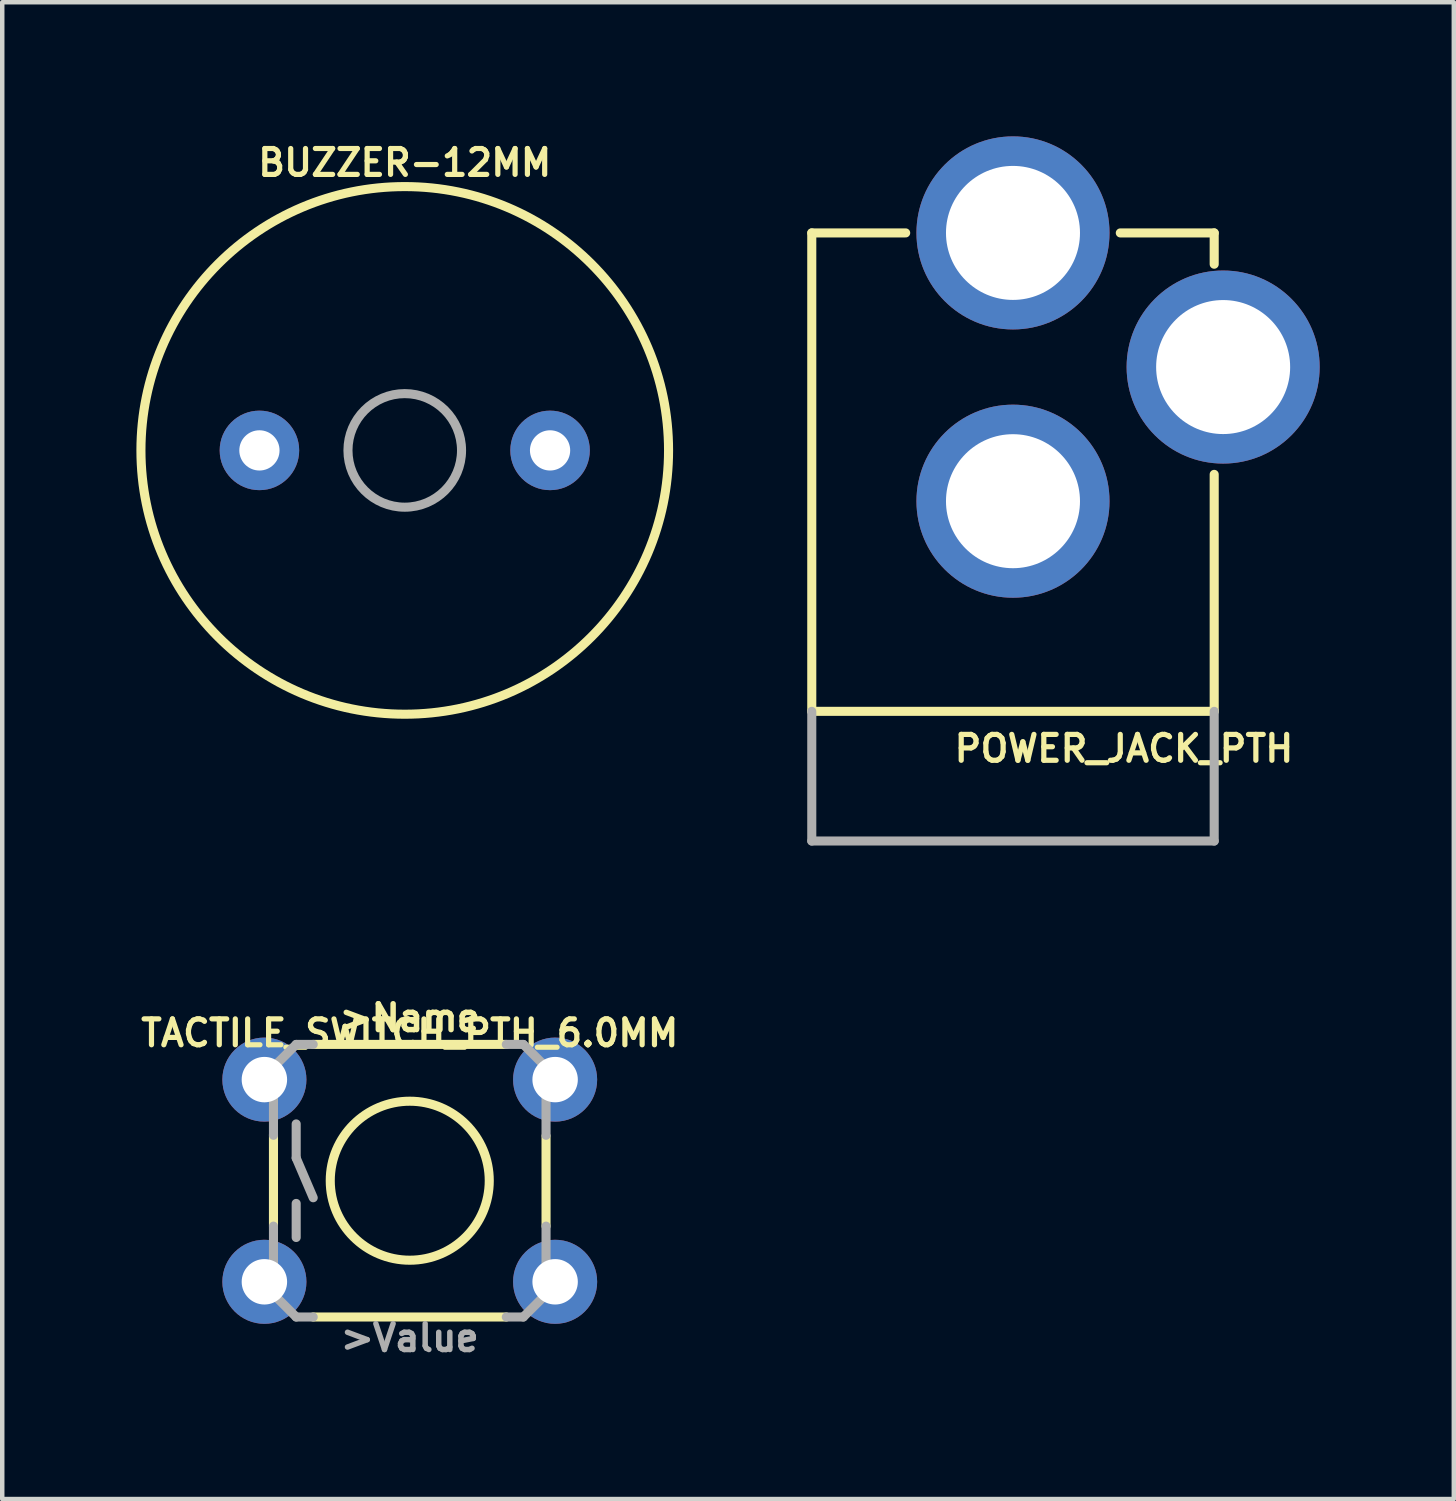
<source format=kicad_pcb>
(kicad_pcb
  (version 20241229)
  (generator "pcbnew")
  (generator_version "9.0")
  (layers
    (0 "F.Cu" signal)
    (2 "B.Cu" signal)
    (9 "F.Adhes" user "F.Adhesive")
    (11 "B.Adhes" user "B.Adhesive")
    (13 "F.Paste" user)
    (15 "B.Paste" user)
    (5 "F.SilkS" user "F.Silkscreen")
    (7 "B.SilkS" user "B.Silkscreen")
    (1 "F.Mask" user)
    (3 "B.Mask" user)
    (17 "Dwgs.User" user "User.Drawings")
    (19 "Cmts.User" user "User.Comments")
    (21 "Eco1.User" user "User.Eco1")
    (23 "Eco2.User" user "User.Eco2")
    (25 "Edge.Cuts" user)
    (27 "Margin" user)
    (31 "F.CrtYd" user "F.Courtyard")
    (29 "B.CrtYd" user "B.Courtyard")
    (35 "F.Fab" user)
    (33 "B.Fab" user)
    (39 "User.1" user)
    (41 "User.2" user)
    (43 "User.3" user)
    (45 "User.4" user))
  (footprint "TACTILE_SWITCH_PTH_6.0MM"
    (layer "F.Cu")
    (at 6.114 23.356)
    (property "Reference" "TACTILE_SWITCH_PTH_6.0MM" (at 0 -3.302 0) (layer "F.SilkS") (effects (font (size 0.579 0.579) (thickness 0.116))))
    (attr through_hole)
    (fp_line (start -3.048 -1.028) (end -3.048 1.016) (stroke (width 0.203) (type solid)) (layer "F.SilkS"))
    (fp_line (start -2.159 3.048) (end 2.159 3.048) (stroke (width 0.203) (type solid)) (layer "F.SilkS"))
    (fp_line (start 2.159 -3.048) (end -2.159 -3.048) (stroke (width 0.203) (type solid)) (layer "F.SilkS"))
    (fp_line (start 3.048 -0.998) (end 3.048 1.016) (stroke (width 0.203) (type solid)) (layer "F.SilkS"))
    (fp_circle (center 0 0) (end 1.778 0) (stroke (width 0.203) (type solid)) (fill no) (layer "F.SilkS"))
    (fp_line (start -3.048 -2.54) (end -3.048 -1.016) (stroke (width 0.203) (type solid)) (layer "F.Fab"))
    (fp_line (start -3.048 2.54) (end -3.048 1.016) (stroke (width 0.203) (type solid)) (layer "F.Fab"))
    (fp_line (start -2.54 -3.048) (end -3.048 -2.54) (stroke (width 0.203) (type solid)) (layer "F.Fab"))
    (fp_line (start -2.54 -3.048) (end -2.159 -3.048) (stroke (width 0.203) (type solid)) (layer "F.Fab"))
    (fp_line (start -2.54 -1.27) (end -2.54 -0.508) (stroke (width 0.203) (type solid)) (layer "F.Fab"))
    (fp_line (start -2.54 -0.508) (end -2.159 0.381) (stroke (width 0.203) (type solid)) (layer "F.Fab"))
    (fp_line (start -2.54 0.508) (end -2.54 1.27) (stroke (width 0.203) (type solid)) (layer "F.Fab"))
    (fp_line (start -2.54 3.048) (end -3.048 2.54) (stroke (width 0.203) (type solid)) (layer "F.Fab"))
    (fp_line (start -2.54 3.048) (end -2.159 3.048) (stroke (width 0.203) (type solid)) (layer "F.Fab"))
    (fp_line (start 2.54 -3.048) (end 2.159 -3.048) (stroke (width 0.203) (type solid)) (layer "F.Fab"))
    (fp_line (start 2.54 3.048) (end 2.159 3.048) (stroke (width 0.203) (type solid)) (layer "F.Fab"))
    (fp_line (start 2.54 3.048) (end 3.048 2.54) (stroke (width 0.203) (type solid)) (layer "F.Fab"))
    (fp_line (start 3.048 -2.54) (end 2.54 -3.048) (stroke (width 0.203) (type solid)) (layer "F.Fab"))
    (fp_line (start 3.048 -1.016) (end 3.048 -2.54) (stroke (width 0.203) (type solid)) (layer "F.Fab"))
    (fp_line (start 3.048 2.54) (end 3.048 1.016) (stroke (width 0.203) (type solid)) (layer "F.Fab"))
    (fp_text user ">Name" (at 0 -3.302 0) (layer "F.SilkS") (effects (font (size 0.579 0.579) (thickness 0.122)) (justify bottom)))
    (fp_text user ">Value" (at 0 3.175 0) (layer "F.Fab") (effects (font (size 0.579 0.579) (thickness 0.122)) (justify top)))
    (pad "1" thru_hole circle (at -3.251 -2.261) (size 1.88 1.88) (drill 1.016) (layers "*.Cu" "*.Mask"))
    (pad "2" thru_hole circle (at 3.251 -2.261) (size 1.88 1.88) (drill 1.016) (layers "*.Cu" "*.Mask"))
    (pad "3" thru_hole circle (at -3.251 2.261) (size 1.88 1.88) (drill 1.016) (layers "*.Cu" "*.Mask"))
    (pad "4" thru_hole circle (at 3.251 2.261) (size 1.88 1.88) (drill 1.016) (layers "*.Cu" "*.Mask")))
  (footprint "BUZZER-12MM"
    (layer "F.Cu")
    (at 6.002 7.023)
    (property "Reference" "BUZZER-12MM" (at 0 -6.096 180) (layer "F.SilkS") (effects (font (size 0.579 0.579) (thickness 0.116)) (justify bottom)))
    (attr through_hole)
    (fp_circle (center 0 0) (end 5.9 0) (stroke (width 0.203) (type solid)) (fill no) (layer "F.SilkS"))
    (fp_circle (center 0 0) (end 1.27 0) (stroke (width 0.203) (type solid)) (fill no) (layer "F.Fab"))
    (pad "+" thru_hole circle (at 3.25 0) (size 1.778 1.778) (drill 0.9) (layers "*.Cu" "*.Mask"))
    (pad "-" thru_hole circle (at -3.25 0) (size 1.778 1.778) (drill 0.9) (layers "*.Cu" "*.Mask")))
  (footprint "POWER_JACK_PTH"
    (layer "F.Cu")
    (at 19.605 15.859)
    (property "Reference" "POWER_JACK_PTH" (at -1.372 -1.829 180) (layer "F.SilkS") (effects (font (size 0.579 0.579) (thickness 0.116)) (justify left bottom)))
    (attr through_hole)
    (fp_line (start -4.5 -13.7) (end -2.4 -13.7) (stroke (width 0.203) (type solid)) (layer "F.SilkS"))
    (fp_line (start -4.5 -3) (end -4.5 -13.7) (stroke (width 0.203) (type solid)) (layer "F.SilkS"))
    (fp_line (start -4.5 -3) (end 4.5 -3) (stroke (width 0.203) (type solid)) (layer "F.SilkS"))
    (fp_line (start 4.5 -13.7) (end 2.4 -13.7) (stroke (width 0.203) (type solid)) (layer "F.SilkS"))
    (fp_line (start 4.5 -13.7) (end 4.5 -13) (stroke (width 0.203) (type solid)) (layer "F.SilkS"))
    (fp_line (start 4.5 -3) (end 4.5 -8.3) (stroke (width 0.203) (type solid)) (layer "F.SilkS"))
    (fp_line (start -4.5 -3) (end -4.5 -0.1) (stroke (width 0.203) (type solid)) (layer "F.Fab"))
    (fp_line (start 4.5 -0.1) (end -4.5 -0.1) (stroke (width 0.203) (type solid)) (layer "F.Fab"))
    (fp_line (start 4.5 -0.1) (end 4.5 -3) (stroke (width 0.203) (type solid)) (layer "F.Fab"))
    (pad "GND" thru_hole circle (at 0 -7.7) (size 4.318 4.318) (drill 2.997) (layers "*.Cu" "*.Mask"))
    (pad "GNDBREAK" thru_hole circle (at 4.7 -10.7 90) (size 4.318 4.318) (drill 2.997) (layers "*.Cu" "*.Mask"))
    (pad "PWR" thru_hole circle (at 0 -13.7) (size 4.318 4.318) (drill 2.997) (layers "*.Cu" "*.Mask")))
  (gr_rect
    (start -3 -3)
    (end 29.464 30.476)
    (stroke (width 0.1) (type default))
    (fill no)
    (layer "Edge.Cuts")))
</source>
